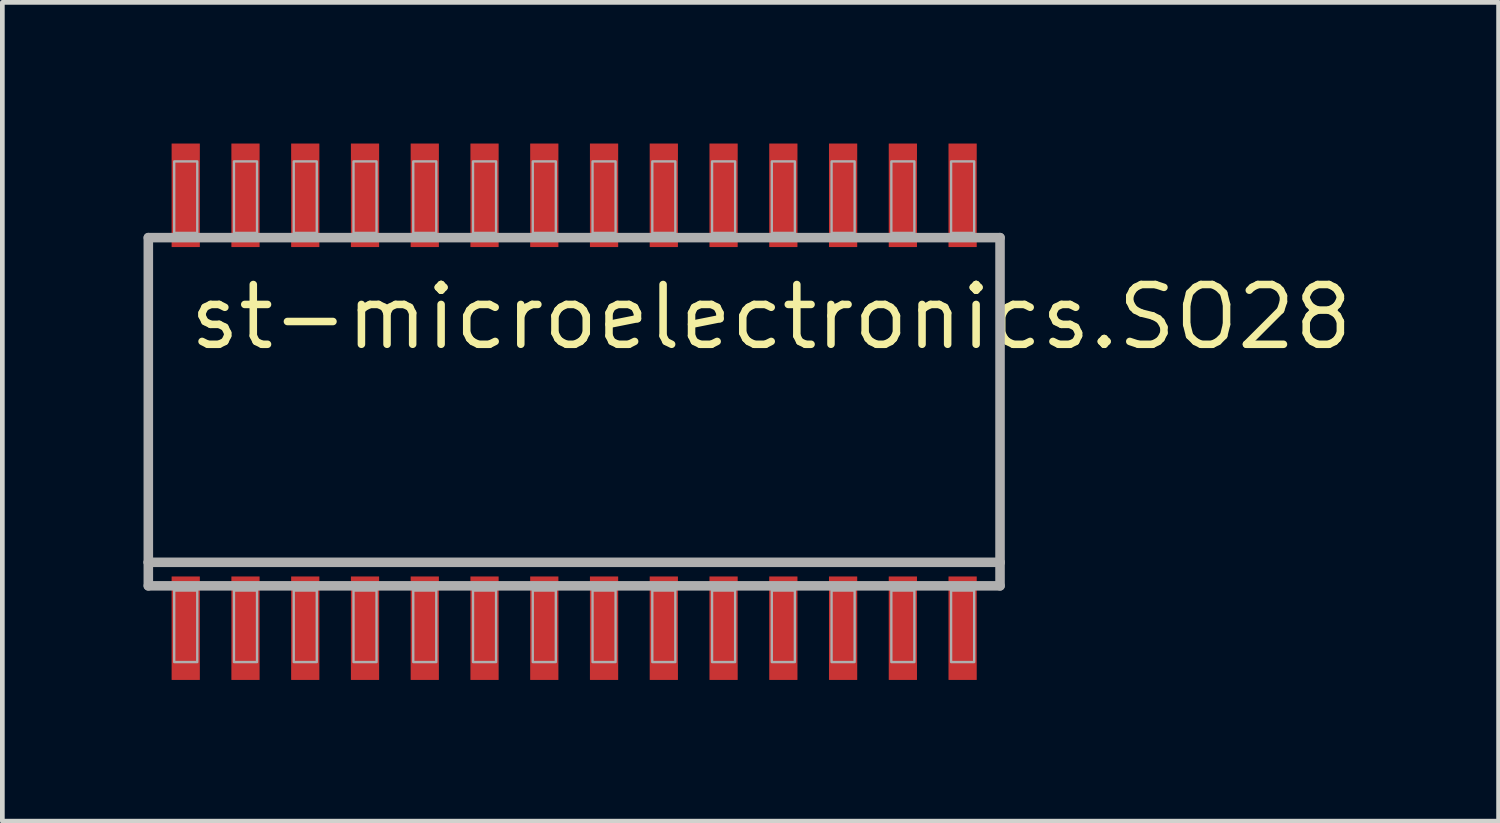
<source format=kicad_pcb>
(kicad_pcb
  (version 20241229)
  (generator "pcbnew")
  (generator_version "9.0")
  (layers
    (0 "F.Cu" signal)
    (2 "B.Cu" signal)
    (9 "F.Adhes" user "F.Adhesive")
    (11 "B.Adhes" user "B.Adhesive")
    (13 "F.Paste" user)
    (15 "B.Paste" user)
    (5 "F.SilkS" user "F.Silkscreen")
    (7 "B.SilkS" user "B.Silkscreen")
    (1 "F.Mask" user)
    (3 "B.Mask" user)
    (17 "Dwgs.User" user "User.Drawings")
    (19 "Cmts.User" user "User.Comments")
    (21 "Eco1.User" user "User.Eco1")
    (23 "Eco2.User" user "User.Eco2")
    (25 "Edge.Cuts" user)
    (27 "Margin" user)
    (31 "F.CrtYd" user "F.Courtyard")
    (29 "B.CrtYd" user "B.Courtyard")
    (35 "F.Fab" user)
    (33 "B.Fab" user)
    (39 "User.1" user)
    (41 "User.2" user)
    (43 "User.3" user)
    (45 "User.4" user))
  (footprint "st-microelectronics.SO28"
    (layer "F.Cu")
    (at 9.152 5.7)
    (property "Reference" "st-microelectronics.SO28" (at -8.255 -1.27 0) (layer "F.SilkS") (effects (font (size 1.27 1.27) (thickness 0.16)) (justify left bottom)))
    (attr smd)
    (fp_line (start -9.05 -3.7) (end 9.05 -3.7) (stroke (width 0.203) (type default)) (layer "F.Fab"))
    (fp_line (start -9.05 3.2) (end -9.05 -3.7) (stroke (width 0.203) (type default)) (layer "F.Fab"))
    (fp_line (start -9.05 3.7) (end -9.05 3.2) (stroke (width 0.203) (type default)) (layer "F.Fab"))
    (fp_line (start 9.05 -3.7) (end 9.05 3.2) (stroke (width 0.203) (type default)) (layer "F.Fab"))
    (fp_line (start 9.05 3.2) (end -9.05 3.2) (stroke (width 0.203) (type default)) (layer "F.Fab"))
    (fp_line (start 9.05 3.2) (end 9.05 3.7) (stroke (width 0.203) (type default)) (layer "F.Fab"))
    (fp_line (start 9.05 3.7) (end -9.05 3.7) (stroke (width 0.203) (type default)) (layer "F.Fab"))
    (fp_rect (start -8.5 -3.8) (end -8.01 -5.32) (stroke (width 0.05) (type default)) (fill no) (layer "F.Fab"))
    (fp_rect (start -8.5 5.32) (end -8.01 3.8) (stroke (width 0.05) (type default)) (fill no) (layer "F.Fab"))
    (fp_rect (start -7.23 -3.8) (end -6.74 -5.32) (stroke (width 0.05) (type default)) (fill no) (layer "F.Fab"))
    (fp_rect (start -7.23 5.32) (end -6.74 3.8) (stroke (width 0.05) (type default)) (fill no) (layer "F.Fab"))
    (fp_rect (start -5.96 -3.8) (end -5.47 -5.32) (stroke (width 0.05) (type default)) (fill no) (layer "F.Fab"))
    (fp_rect (start -5.96 5.32) (end -5.47 3.8) (stroke (width 0.05) (type default)) (fill no) (layer "F.Fab"))
    (fp_rect (start -4.69 -3.8) (end -4.2 -5.32) (stroke (width 0.05) (type default)) (fill no) (layer "F.Fab"))
    (fp_rect (start -4.69 5.32) (end -4.2 3.8) (stroke (width 0.05) (type default)) (fill no) (layer "F.Fab"))
    (fp_rect (start -3.42 -3.8) (end -2.93 -5.32) (stroke (width 0.05) (type default)) (fill no) (layer "F.Fab"))
    (fp_rect (start -3.42 5.32) (end -2.93 3.8) (stroke (width 0.05) (type default)) (fill no) (layer "F.Fab"))
    (fp_rect (start -2.15 -3.8) (end -1.66 -5.32) (stroke (width 0.05) (type default)) (fill no) (layer "F.Fab"))
    (fp_rect (start -2.15 5.32) (end -1.66 3.8) (stroke (width 0.05) (type default)) (fill no) (layer "F.Fab"))
    (fp_rect (start -0.88 -3.8) (end -0.39 -5.32) (stroke (width 0.05) (type default)) (fill no) (layer "F.Fab"))
    (fp_rect (start -0.88 5.32) (end -0.39 3.8) (stroke (width 0.05) (type default)) (fill no) (layer "F.Fab"))
    (fp_rect (start 0.39 -3.8) (end 0.88 -5.32) (stroke (width 0.05) (type default)) (fill no) (layer "F.Fab"))
    (fp_rect (start 0.39 5.32) (end 0.88 3.8) (stroke (width 0.05) (type default)) (fill no) (layer "F.Fab"))
    (fp_rect (start 1.66 -3.8) (end 2.15 -5.32) (stroke (width 0.05) (type default)) (fill no) (layer "F.Fab"))
    (fp_rect (start 1.66 5.32) (end 2.15 3.8) (stroke (width 0.05) (type default)) (fill no) (layer "F.Fab"))
    (fp_rect (start 2.93 -3.8) (end 3.42 -5.32) (stroke (width 0.05) (type default)) (fill no) (layer "F.Fab"))
    (fp_rect (start 2.93 5.32) (end 3.42 3.8) (stroke (width 0.05) (type default)) (fill no) (layer "F.Fab"))
    (fp_rect (start 4.2 -3.8) (end 4.69 -5.32) (stroke (width 0.05) (type default)) (fill no) (layer "F.Fab"))
    (fp_rect (start 4.2 5.32) (end 4.69 3.8) (stroke (width 0.05) (type default)) (fill no) (layer "F.Fab"))
    (fp_rect (start 5.47 -3.8) (end 5.96 -5.32) (stroke (width 0.05) (type default)) (fill no) (layer "F.Fab"))
    (fp_rect (start 5.47 5.32) (end 5.96 3.8) (stroke (width 0.05) (type default)) (fill no) (layer "F.Fab"))
    (fp_rect (start 6.74 -3.8) (end 7.23 -5.32) (stroke (width 0.05) (type default)) (fill no) (layer "F.Fab"))
    (fp_rect (start 6.74 5.32) (end 7.23 3.8) (stroke (width 0.05) (type default)) (fill no) (layer "F.Fab"))
    (fp_rect (start 8.01 -3.8) (end 8.5 -5.32) (stroke (width 0.05) (type default)) (fill no) (layer "F.Fab"))
    (fp_rect (start 8.01 5.32) (end 8.5 3.8) (stroke (width 0.05) (type default)) (fill no) (layer "F.Fab"))
    (pad "1" smd roundrect (at -8.255 4.6) (size 0.6 2.2) (layers "F.Cu" "F.Mask" "F.Paste") (roundrect_rratio 0.01))
    (pad "2" smd roundrect (at -6.985 4.6) (size 0.6 2.2) (layers "F.Cu" "F.Mask" "F.Paste") (roundrect_rratio 0.01))
    (pad "3" smd roundrect (at -5.715 4.6) (size 0.6 2.2) (layers "F.Cu" "F.Mask" "F.Paste") (roundrect_rratio 0.01))
    (pad "4" smd roundrect (at -4.445 4.6) (size 0.6 2.2) (layers "F.Cu" "F.Mask" "F.Paste") (roundrect_rratio 0.01))
    (pad "5" smd roundrect (at -3.175 4.6) (size 0.6 2.2) (layers "F.Cu" "F.Mask" "F.Paste") (roundrect_rratio 0.01))
    (pad "6" smd roundrect (at -1.905 4.6) (size 0.6 2.2) (layers "F.Cu" "F.Mask" "F.Paste") (roundrect_rratio 0.01))
    (pad "7" smd roundrect (at -0.635 4.6) (size 0.6 2.2) (layers "F.Cu" "F.Mask" "F.Paste") (roundrect_rratio 0.01))
    (pad "8" smd roundrect (at 0.635 4.6) (size 0.6 2.2) (layers "F.Cu" "F.Mask" "F.Paste") (roundrect_rratio 0.01))
    (pad "9" smd roundrect (at 1.905 4.6) (size 0.6 2.2) (layers "F.Cu" "F.Mask" "F.Paste") (roundrect_rratio 0.01))
    (pad "10" smd roundrect (at 3.175 4.6) (size 0.6 2.2) (layers "F.Cu" "F.Mask" "F.Paste") (roundrect_rratio 0.01))
    (pad "11" smd roundrect (at 4.445 4.6) (size 0.6 2.2) (layers "F.Cu" "F.Mask" "F.Paste") (roundrect_rratio 0.01))
    (pad "12" smd roundrect (at 5.715 4.6) (size 0.6 2.2) (layers "F.Cu" "F.Mask" "F.Paste") (roundrect_rratio 0.01))
    (pad "13" smd roundrect (at 6.985 4.6) (size 0.6 2.2) (layers "F.Cu" "F.Mask" "F.Paste") (roundrect_rratio 0.01))
    (pad "14" smd roundrect (at 8.255 4.6) (size 0.6 2.2) (layers "F.Cu" "F.Mask" "F.Paste") (roundrect_rratio 0.01))
    (pad "15" smd roundrect (at 8.255 -4.6) (size 0.6 2.2) (layers "F.Cu" "F.Mask" "F.Paste") (roundrect_rratio 0.01))
    (pad "16" smd roundrect (at 6.985 -4.6) (size 0.6 2.2) (layers "F.Cu" "F.Mask" "F.Paste") (roundrect_rratio 0.01))
    (pad "17" smd roundrect (at 5.715 -4.6) (size 0.6 2.2) (layers "F.Cu" "F.Mask" "F.Paste") (roundrect_rratio 0.01))
    (pad "18" smd roundrect (at 4.445 -4.6) (size 0.6 2.2) (layers "F.Cu" "F.Mask" "F.Paste") (roundrect_rratio 0.01))
    (pad "19" smd roundrect (at 3.175 -4.6) (size 0.6 2.2) (layers "F.Cu" "F.Mask" "F.Paste") (roundrect_rratio 0.01))
    (pad "20" smd roundrect (at 1.905 -4.6) (size 0.6 2.2) (layers "F.Cu" "F.Mask" "F.Paste") (roundrect_rratio 0.01))
    (pad "21" smd roundrect (at 0.635 -4.6) (size 0.6 2.2) (layers "F.Cu" "F.Mask" "F.Paste") (roundrect_rratio 0.01))
    (pad "22" smd roundrect (at -0.635 -4.6) (size 0.6 2.2) (layers "F.Cu" "F.Mask" "F.Paste") (roundrect_rratio 0.01))
    (pad "23" smd roundrect (at -1.905 -4.6) (size 0.6 2.2) (layers "F.Cu" "F.Mask" "F.Paste") (roundrect_rratio 0.01))
    (pad "24" smd roundrect (at -3.175 -4.6) (size 0.6 2.2) (layers "F.Cu" "F.Mask" "F.Paste") (roundrect_rratio 0.01))
    (pad "25" smd roundrect (at -4.445 -4.6) (size 0.6 2.2) (layers "F.Cu" "F.Mask" "F.Paste") (roundrect_rratio 0.01))
    (pad "26" smd roundrect (at -5.715 -4.6) (size 0.6 2.2) (layers "F.Cu" "F.Mask" "F.Paste") (roundrect_rratio 0.01))
    (pad "27" smd roundrect (at -6.985 -4.6) (size 0.6 2.2) (layers "F.Cu" "F.Mask" "F.Paste") (roundrect_rratio 0.01))
    (pad "28" smd roundrect (at -8.255 -4.6) (size 0.6 2.2) (layers "F.Cu" "F.Mask" "F.Paste") (roundrect_rratio 0.01)))
  (gr_rect
    (start -3 -3)
    (end 28.797 14.4)
    (stroke (width 0.1) (type default))
    (fill no)
    (layer "Edge.Cuts")))
</source>
